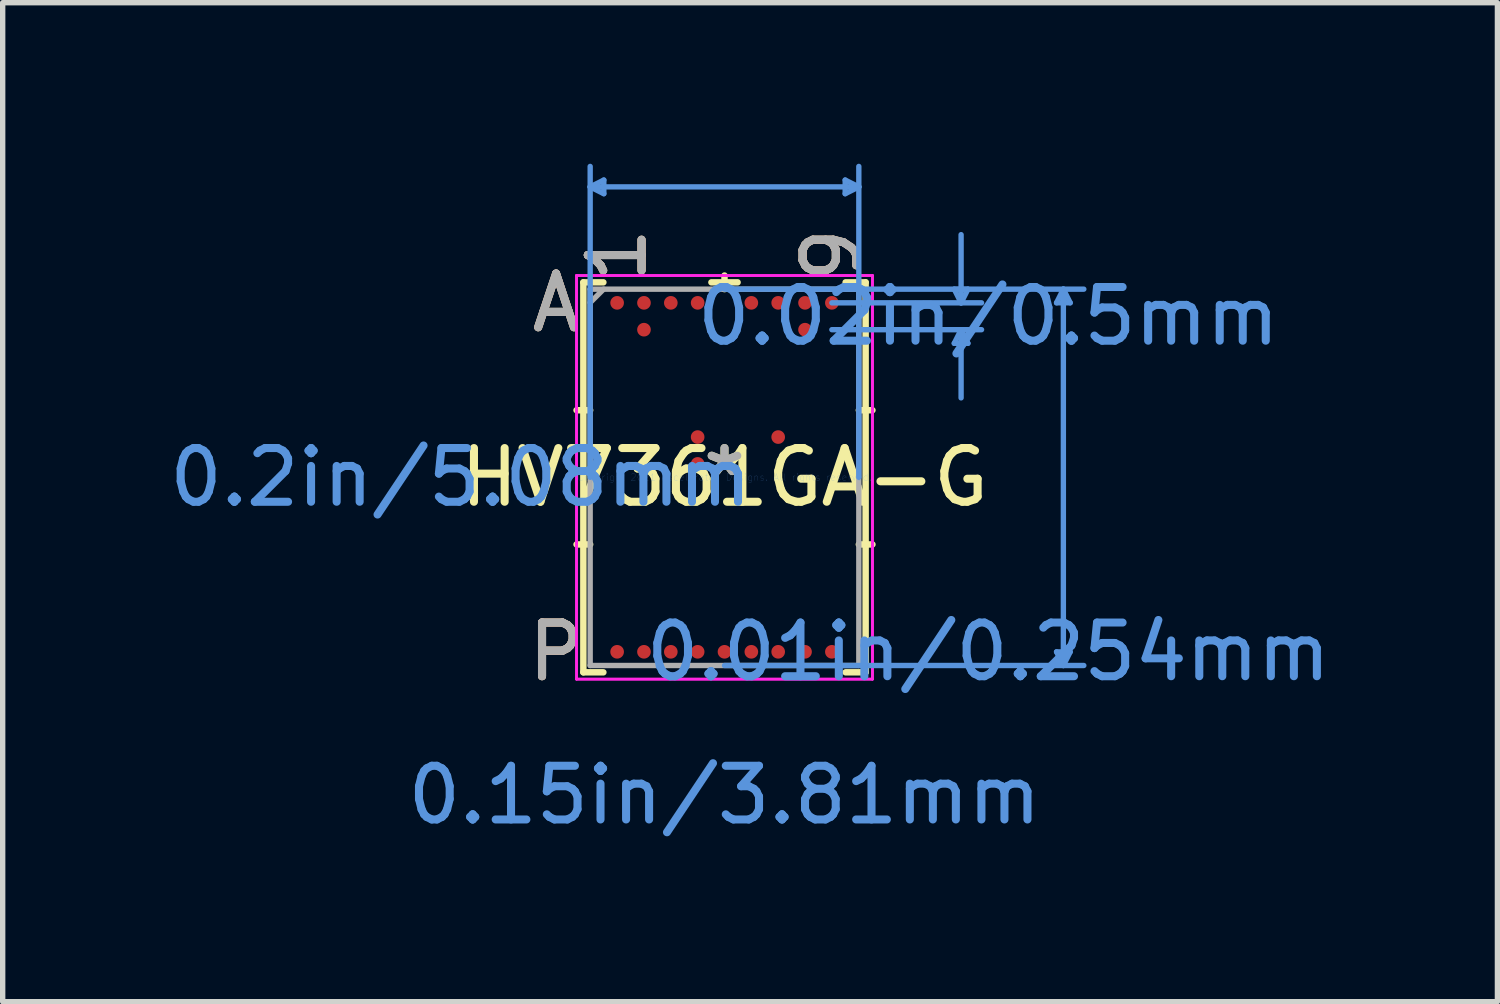
<source format=kicad_pcb>
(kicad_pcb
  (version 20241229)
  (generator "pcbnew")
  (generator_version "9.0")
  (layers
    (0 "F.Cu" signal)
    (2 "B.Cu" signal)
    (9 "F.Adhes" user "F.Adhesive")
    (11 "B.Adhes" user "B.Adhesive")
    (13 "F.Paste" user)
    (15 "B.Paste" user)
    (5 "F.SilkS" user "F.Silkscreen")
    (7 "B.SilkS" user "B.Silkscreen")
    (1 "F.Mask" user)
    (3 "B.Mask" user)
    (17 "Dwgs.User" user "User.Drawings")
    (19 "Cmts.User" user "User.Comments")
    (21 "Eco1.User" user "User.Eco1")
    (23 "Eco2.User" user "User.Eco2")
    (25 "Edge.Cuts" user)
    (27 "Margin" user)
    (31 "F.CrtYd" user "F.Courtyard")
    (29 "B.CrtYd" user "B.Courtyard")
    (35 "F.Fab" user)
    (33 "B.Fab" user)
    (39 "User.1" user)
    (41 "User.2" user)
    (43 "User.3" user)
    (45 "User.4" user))
  (footprint "HV7361GA-G"
    (layer "F.Cu")
    (at 10.445 5.841)
    (property "Reference" "HV7361GA-G" (at 0 0 0) (layer "F.SilkS") (effects (font (size 1 1) (thickness 0.15))))
    (attr through_hole)
    (fp_line (start -2.629 -3.632) (end -2.629 3.632) (stroke (width 0.12) (type solid)) (layer "F.SilkS"))
    (fp_line (start -2.629 3.632) (end -2.256 3.632) (stroke (width 0.12) (type solid)) (layer "F.SilkS"))
    (fp_line (start -2.502 -1.25) (end -2.756 -1.25) (stroke (width 0.12) (type solid)) (layer "F.SilkS"))
    (fp_line (start -2.502 1.25) (end -2.756 1.25) (stroke (width 0.12) (type solid)) (layer "F.SilkS"))
    (fp_line (start -2.256 -3.632) (end -2.629 -3.632) (stroke (width 0.12) (type solid)) (layer "F.SilkS"))
    (fp_line (start 0 -3.505) (end 0 -3.759) (stroke (width 0.12) (type solid)) (layer "F.SilkS"))
    (fp_line (start 0.244 -3.632) (end -0.244 -3.632) (stroke (width 0.12) (type solid)) (layer "F.SilkS"))
    (fp_line (start 2.256 3.632) (end 2.629 3.632) (stroke (width 0.12) (type solid)) (layer "F.SilkS"))
    (fp_line (start 2.502 -1.25) (end 2.756 -1.25) (stroke (width 0.12) (type solid)) (layer "F.SilkS"))
    (fp_line (start 2.502 1.25) (end 2.756 1.25) (stroke (width 0.12) (type solid)) (layer "F.SilkS"))
    (fp_line (start 2.629 -3.632) (end 2.256 -3.632) (stroke (width 0.12) (type solid)) (layer "F.SilkS"))
    (fp_line (start 2.629 3.632) (end 2.629 -3.632) (stroke (width 0.12) (type solid)) (layer "F.SilkS"))
    (fp_line (start -2.502 -5.41) (end -2.248 -5.537) (stroke (width 0.1) (type solid)) (layer "Cmts.User"))
    (fp_line (start -2.502 -5.41) (end -2.248 -5.283) (stroke (width 0.1) (type solid)) (layer "Cmts.User"))
    (fp_line (start -2.502 -5.41) (end 2.502 -5.41) (stroke (width 0.1) (type solid)) (layer "Cmts.User"))
    (fp_line (start -2.502 0) (end -2.502 -5.791) (stroke (width 0.1) (type solid)) (layer "Cmts.User"))
    (fp_line (start -2.248 -5.537) (end -2.248 -5.283) (stroke (width 0.1) (type solid)) (layer "Cmts.User"))
    (fp_line (start 0 -3.505) (end 6.693 -3.505) (stroke (width 0.1) (type solid)) (layer "Cmts.User"))
    (fp_line (start 0 3.505) (end 6.693 3.505) (stroke (width 0.1) (type solid)) (layer "Cmts.User"))
    (fp_line (start 2 -3.25) (end 4.788 -3.25) (stroke (width 0.1) (type solid)) (layer "Cmts.User"))
    (fp_line (start 2 -2.75) (end 4.788 -2.75) (stroke (width 0.1) (type solid)) (layer "Cmts.User"))
    (fp_line (start 2.248 -5.537) (end 2.248 -5.283) (stroke (width 0.1) (type solid)) (layer "Cmts.User"))
    (fp_line (start 2.502 -5.41) (end 2.248 -5.537) (stroke (width 0.1) (type solid)) (layer "Cmts.User"))
    (fp_line (start 2.502 -5.41) (end 2.248 -5.283) (stroke (width 0.1) (type solid)) (layer "Cmts.User"))
    (fp_line (start 2.502 0) (end 2.502 -5.791) (stroke (width 0.1) (type solid)) (layer "Cmts.User"))
    (fp_line (start 4.28 -3.504) (end 4.534 -3.504) (stroke (width 0.1) (type solid)) (layer "Cmts.User"))
    (fp_line (start 4.28 -2.496) (end 4.534 -2.496) (stroke (width 0.1) (type solid)) (layer "Cmts.User"))
    (fp_line (start 4.407 -3.25) (end 4.28 -3.504) (stroke (width 0.1) (type solid)) (layer "Cmts.User"))
    (fp_line (start 4.407 -3.25) (end 4.407 -4.52) (stroke (width 0.1) (type solid)) (layer "Cmts.User"))
    (fp_line (start 4.407 -3.25) (end 4.534 -3.504) (stroke (width 0.1) (type solid)) (layer "Cmts.User"))
    (fp_line (start 4.407 -2.75) (end 4.28 -2.496) (stroke (width 0.1) (type solid)) (layer "Cmts.User"))
    (fp_line (start 4.407 -2.75) (end 4.407 -1.48) (stroke (width 0.1) (type solid)) (layer "Cmts.User"))
    (fp_line (start 4.407 -2.75) (end 4.534 -2.496) (stroke (width 0.1) (type solid)) (layer "Cmts.User"))
    (fp_line (start 6.185 -3.251) (end 6.439 -3.251) (stroke (width 0.1) (type solid)) (layer "Cmts.User"))
    (fp_line (start 6.185 3.251) (end 6.439 3.251) (stroke (width 0.1) (type solid)) (layer "Cmts.User"))
    (fp_line (start 6.312 -3.505) (end 6.185 -3.251) (stroke (width 0.1) (type solid)) (layer "Cmts.User"))
    (fp_line (start 6.312 -3.505) (end 6.312 3.505) (stroke (width 0.1) (type solid)) (layer "Cmts.User"))
    (fp_line (start 6.312 -3.505) (end 6.439 -3.251) (stroke (width 0.1) (type solid)) (layer "Cmts.User"))
    (fp_line (start 6.312 3.505) (end 6.185 3.251) (stroke (width 0.1) (type solid)) (layer "Cmts.User"))
    (fp_line (start 6.312 3.505) (end 6.439 3.251) (stroke (width 0.1) (type solid)) (layer "Cmts.User"))
    (fp_line (start -2.756 -3.759) (end 2.756 -3.759) (stroke (width 0.05) (type solid)) (layer "F.CrtYd"))
    (fp_line (start -2.756 -3.759) (end 2.756 -3.759) (stroke (width 0.05) (type solid)) (layer "F.CrtYd"))
    (fp_line (start -2.756 3.759) (end -2.756 -3.759) (stroke (width 0.05) (type solid)) (layer "F.CrtYd"))
    (fp_line (start -2.756 3.759) (end -2.756 -3.759) (stroke (width 0.05) (type solid)) (layer "F.CrtYd"))
    (fp_line (start 2.756 -3.759) (end 2.756 3.759) (stroke (width 0.05) (type solid)) (layer "F.CrtYd"))
    (fp_line (start 2.756 -3.759) (end 2.756 3.759) (stroke (width 0.05) (type solid)) (layer "F.CrtYd"))
    (fp_line (start 2.756 3.759) (end -2.756 3.759) (stroke (width 0.05) (type solid)) (layer "F.CrtYd"))
    (fp_line (start 2.756 3.759) (end -2.756 3.759) (stroke (width 0.05) (type solid)) (layer "F.CrtYd"))
    (fp_line (start -2.502 -3.505) (end -2.502 3.505) (stroke (width 0.1) (type solid)) (layer "F.Fab"))
    (fp_line (start -2.502 3.505) (end 2.502 3.505) (stroke (width 0.1) (type solid)) (layer "F.Fab"))
    (fp_line (start -2.252 -3.505) (end -2.502 -3.255) (stroke (width 0.1) (type solid)) (layer "F.Fab"))
    (fp_line (start 2.502 -3.505) (end -2.502 -3.505) (stroke (width 0.1) (type solid)) (layer "F.Fab"))
    (fp_line (start 2.502 3.505) (end 2.502 -3.505) (stroke (width 0.1) (type solid)) (layer "F.Fab"))
    (fp_text user "9" (at 2 -4.14 90) (layer "F.SilkS") (effects (font (size 1 1) (thickness 0.15))))
    (fp_text user "A" (at -3.137 -3.25 0) (layer "F.SilkS") (effects (font (size 1 1) (thickness 0.15))))
    (fp_text user "1" (at -2 -4.14 90) (layer "F.SilkS") (effects (font (size 1 1) (thickness 0.15))))
    (fp_text user "*" (at 0 0 0) (layer "F.SilkS") (effects (font (size 1 1) (thickness 0.15))))
    (fp_text user "P" (at -3.137 3.25 0) (layer "F.SilkS") (effects (font (size 1 1) (thickness 0.15))))
    (fp_text user "9" (at 2 -4.14 90) (layer "B.SilkS") (effects (font (size 1 1) (thickness 0.15))))
    (fp_text user "1" (at -2 -4.14 90) (layer "B.SilkS") (effects (font (size 1 1) (thickness 0.15))))
    (fp_text user "P" (at -3.137 3.25 0) (layer "B.SilkS") (effects (font (size 1 1) (thickness 0.15))))
    (fp_text user "A" (at -3.137 -3.25 0) (layer "B.SilkS") (effects (font (size 1 1) (thickness 0.15))))
    (fp_text user "0.01in/0.254mm" (at 4.915 3.25 0) (layer "Cmts.User") (effects (font (size 1 1) (thickness 0.15))))
    (fp_text user "0.02in/0.5mm" (at 4.915 -3 0) (layer "Cmts.User") (effects (font (size 1 1) (thickness 0.15))))
    (fp_text user "Copyright 2021 Accelerated Designs. All rights reserved." (at 0 0 0) (layer "Cmts.User") (effects (font (size 0.127 0.127) (thickness 0.002))))
    (fp_text user "0.2in/5.08mm" (at -4.915 0 0) (layer "Cmts.User") (effects (font (size 1 1) (thickness 0.15))))
    (fp_text user "0.15in/3.81mm" (at 0 5.918 0) (layer "Cmts.User") (effects (font (size 1 1) (thickness 0.15))))
    (fp_text user "A" (at -3.137 -3.25 0) (layer "F.Fab") (effects (font (size 1 1) (thickness 0.15))))
    (fp_text user "9" (at 2 -4.14 90) (layer "F.Fab") (effects (font (size 1 1) (thickness 0.15))))
    (fp_text user "P" (at -3.137 3.25 0) (layer "F.Fab") (effects (font (size 1 1) (thickness 0.15))))
    (fp_text user "*" (at 0 0 0) (layer "F.Fab") (effects (font (size 1 1) (thickness 0.15))))
    (fp_text user "1" (at -2 -4.14 90) (layer "F.Fab") (effects (font (size 1 1) (thickness 0.15))))
    (pad "A1" smd circle (at -2 -3.25) (size 0.254 0.254) (layers "F.Cu" "F.Mask" "F.Paste"))
    (pad "A2" smd circle (at -1.5 -3.25) (size 0.254 0.254) (layers "F.Cu" "F.Mask" "F.Paste"))
    (pad "A3" smd circle (at -1 -3.25) (size 0.254 0.254) (layers "F.Cu" "F.Mask" "F.Paste"))
    (pad "A4" smd circle (at -0.5 -3.25) (size 0.254 0.254) (layers "F.Cu" "F.Mask" "F.Paste"))
    (pad "A6" smd circle (at 0.5 -3.25) (size 0.254 0.254) (layers "F.Cu" "F.Mask" "F.Paste"))
    (pad "A7" smd circle (at 1 -3.25) (size 0.254 0.254) (layers "F.Cu" "F.Mask" "F.Paste"))
    (pad "A8" smd circle (at 1.5 -3.25) (size 0.254 0.254) (layers "F.Cu" "F.Mask" "F.Paste"))
    (pad "A9" smd circle (at 2 -3.25) (size 0.254 0.254) (layers "F.Cu" "F.Mask" "F.Paste"))
    (pad "B2" smd circle (at -1.5 -2.75) (size 0.254 0.254) (layers "F.Cu" "F.Mask" "F.Paste"))
    (pad "B8" smd circle (at 1.5 -2.75) (size 0.254 0.254) (layers "F.Cu" "F.Mask" "F.Paste"))
    (pad "F4" smd circle (at -0.5 -0.75) (size 0.254 0.254) (layers "F.Cu" "F.Mask" "F.Paste"))
    (pad "F7" smd circle (at 1 -0.75) (size 0.254 0.254) (layers "F.Cu" "F.Mask" "F.Paste"))
    (pad "G4" smd circle (at -0.5 -0.25) (size 0.254 0.254) (layers "F.Cu" "F.Mask" "F.Paste"))
    (pad "P1" smd circle (at -2 3.25) (size 0.254 0.254) (layers "F.Cu" "F.Mask" "F.Paste"))
    (pad "P2" smd circle (at -1.5 3.25) (size 0.254 0.254) (layers "F.Cu" "F.Mask" "F.Paste"))
    (pad "P3" smd circle (at -1 3.25) (size 0.254 0.254) (layers "F.Cu" "F.Mask" "F.Paste"))
    (pad "P4" smd circle (at -0.5 3.25) (size 0.254 0.254) (layers "F.Cu" "F.Mask" "F.Paste"))
    (pad "P5" smd circle (at 0 3.25) (size 0.254 0.254) (layers "F.Cu" "F.Mask" "F.Paste"))
    (pad "P6" smd circle (at 0.5 3.25) (size 0.254 0.254) (layers "F.Cu" "F.Mask" "F.Paste"))
    (pad "P7" smd circle (at 1 3.25) (size 0.254 0.254) (layers "F.Cu" "F.Mask" "F.Paste"))
    (pad "P8" smd circle (at 1.5 3.25) (size 0.254 0.254) (layers "F.Cu" "F.Mask" "F.Paste"))
    (pad "P9" smd circle (at 2 3.25) (size 0.254 0.254) (layers "F.Cu" "F.Mask" "F.Paste")))
  (gr_rect
    (start -3 -3)
    (end 24.842 15.608)
    (stroke (width 0.1) (type default))
    (fill no)
    (layer "Edge.Cuts")))
</source>
